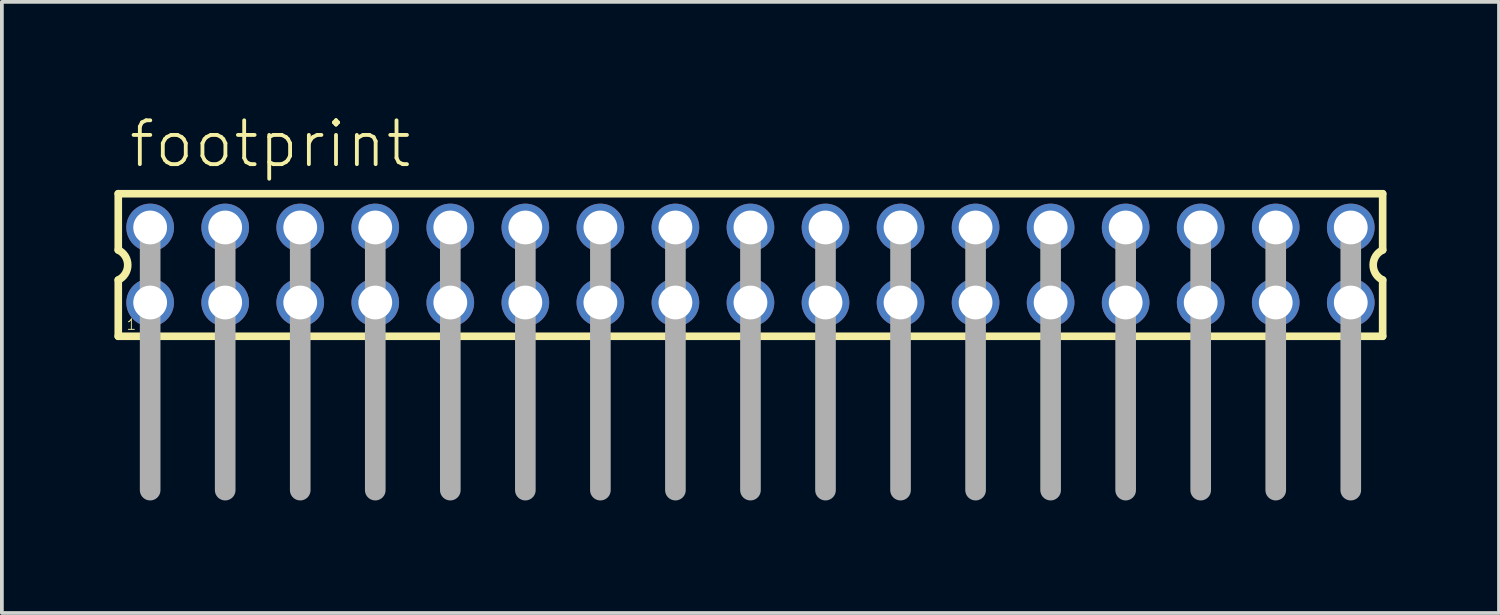
<source format=kicad_pcb>
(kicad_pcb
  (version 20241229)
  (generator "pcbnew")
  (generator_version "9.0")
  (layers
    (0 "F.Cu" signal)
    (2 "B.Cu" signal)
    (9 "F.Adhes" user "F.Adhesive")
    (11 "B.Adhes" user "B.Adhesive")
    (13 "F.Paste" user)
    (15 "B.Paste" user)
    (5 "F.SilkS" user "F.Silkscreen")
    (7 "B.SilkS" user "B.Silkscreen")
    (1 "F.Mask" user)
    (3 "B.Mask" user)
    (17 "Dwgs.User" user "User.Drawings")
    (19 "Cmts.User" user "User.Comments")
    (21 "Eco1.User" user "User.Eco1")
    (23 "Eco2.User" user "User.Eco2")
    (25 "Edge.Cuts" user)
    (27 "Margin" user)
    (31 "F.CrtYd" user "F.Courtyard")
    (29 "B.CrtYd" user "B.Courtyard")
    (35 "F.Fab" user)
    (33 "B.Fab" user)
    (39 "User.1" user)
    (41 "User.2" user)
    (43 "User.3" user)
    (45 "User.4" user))
  (footprint "footprint"
    (layer "F.Cu")
    (at 16.952 4.013)
    (property "Reference" "footprint" (at -16.62 -2.54 0) (layer "F.SilkS") (effects (font (size 1.168 1.168) (thickness 0.102)) (justify left bottom)))
    (fp_line (start -16.85 -1.9) (end -16.85 -0.4) (stroke (width 0.203) (type solid)) (layer "F.SilkS"))
    (fp_line (start -16.85 0.4) (end -16.85 1.9) (stroke (width 0.203) (type solid)) (layer "F.SilkS"))
    (fp_line (start -16.85 1.9) (end 16.85 1.9) (stroke (width 0.203) (type solid)) (layer "F.SilkS"))
    (fp_line (start 16.85 -1.9) (end -16.85 -1.9) (stroke (width 0.203) (type solid)) (layer "F.SilkS"))
    (fp_line (start 16.85 -0.4) (end 16.85 -1.9) (stroke (width 0.203) (type solid)) (layer "F.SilkS"))
    (fp_line (start 16.85 1.9) (end 16.85 0.4) (stroke (width 0.203) (type solid)) (layer "F.SilkS"))
    (fp_arc (start -16.85 -0.4) (mid -16.597167 0) (end -16.85 0.4) (stroke (width 0.2032) (type solid)) (layer "F.SilkS"))
    (fp_arc (start 16.85 0.4) (mid 16.597167 0) (end 16.85 -0.4) (stroke (width 0.2032) (type solid)) (layer "F.SilkS"))
    (fp_line (start -16 -1) (end -16 6) (stroke (width 0.55) (type solid)) (layer "F.Fab"))
    (fp_line (start -14 -1) (end -14 6) (stroke (width 0.55) (type solid)) (layer "F.Fab"))
    (fp_line (start -12 -1) (end -12 6) (stroke (width 0.55) (type solid)) (layer "F.Fab"))
    (fp_line (start -10 -1) (end -10 6) (stroke (width 0.55) (type solid)) (layer "F.Fab"))
    (fp_line (start -8 -1) (end -8 6) (stroke (width 0.55) (type solid)) (layer "F.Fab"))
    (fp_line (start -6 -1) (end -6 6) (stroke (width 0.55) (type solid)) (layer "F.Fab"))
    (fp_line (start -4 -1) (end -4 6) (stroke (width 0.55) (type solid)) (layer "F.Fab"))
    (fp_line (start -2 -1) (end -2 6) (stroke (width 0.55) (type solid)) (layer "F.Fab"))
    (fp_line (start 0 -1) (end 0 6) (stroke (width 0.55) (type solid)) (layer "F.Fab"))
    (fp_line (start 2 -1) (end 2 6) (stroke (width 0.55) (type solid)) (layer "F.Fab"))
    (fp_line (start 4 -1) (end 4 6) (stroke (width 0.55) (type solid)) (layer "F.Fab"))
    (fp_line (start 6 -1) (end 6 6) (stroke (width 0.55) (type solid)) (layer "F.Fab"))
    (fp_line (start 8 -1) (end 8 6) (stroke (width 0.55) (type solid)) (layer "F.Fab"))
    (fp_line (start 10 -1) (end 10 6) (stroke (width 0.55) (type solid)) (layer "F.Fab"))
    (fp_line (start 12 -1) (end 12 6) (stroke (width 0.55) (type solid)) (layer "F.Fab"))
    (fp_line (start 14 -1) (end 14 6) (stroke (width 0.55) (type solid)) (layer "F.Fab"))
    (fp_line (start 16 -1) (end 16 6) (stroke (width 0.55) (type solid)) (layer "F.Fab"))
    (fp_poly (pts (xy -16.25 -0.75) (xy -15.75 -0.75) (xy -15.75 -1.25) (xy -16.25 -1.25)) (stroke (width 0.1) (type solid)) (fill no) (layer "F.Fab"))
    (fp_poly (pts (xy -16.25 1.25) (xy -15.75 1.25) (xy -15.75 0.75) (xy -16.25 0.75)) (stroke (width 0.1) (type solid)) (fill no) (layer "F.Fab"))
    (fp_poly (pts (xy -14.25 -0.75) (xy -13.75 -0.75) (xy -13.75 -1.25) (xy -14.25 -1.25)) (stroke (width 0.1) (type solid)) (fill no) (layer "F.Fab"))
    (fp_poly (pts (xy -14.25 1.25) (xy -13.75 1.25) (xy -13.75 0.75) (xy -14.25 0.75)) (stroke (width 0.1) (type solid)) (fill no) (layer "F.Fab"))
    (fp_poly (pts (xy -12.25 -0.75) (xy -11.75 -0.75) (xy -11.75 -1.25) (xy -12.25 -1.25)) (stroke (width 0.1) (type solid)) (fill no) (layer "F.Fab"))
    (fp_poly (pts (xy -12.25 1.25) (xy -11.75 1.25) (xy -11.75 0.75) (xy -12.25 0.75)) (stroke (width 0.1) (type solid)) (fill no) (layer "F.Fab"))
    (fp_poly (pts (xy -10.25 -0.75) (xy -9.75 -0.75) (xy -9.75 -1.25) (xy -10.25 -1.25)) (stroke (width 0.1) (type solid)) (fill no) (layer "F.Fab"))
    (fp_poly (pts (xy -10.25 1.25) (xy -9.75 1.25) (xy -9.75 0.75) (xy -10.25 0.75)) (stroke (width 0.1) (type solid)) (fill no) (layer "F.Fab"))
    (fp_poly (pts (xy -8.25 -0.75) (xy -7.75 -0.75) (xy -7.75 -1.25) (xy -8.25 -1.25)) (stroke (width 0.1) (type solid)) (fill no) (layer "F.Fab"))
    (fp_poly (pts (xy -8.25 1.25) (xy -7.75 1.25) (xy -7.75 0.75) (xy -8.25 0.75)) (stroke (width 0.1) (type solid)) (fill no) (layer "F.Fab"))
    (fp_poly (pts (xy -6.25 -0.75) (xy -5.75 -0.75) (xy -5.75 -1.25) (xy -6.25 -1.25)) (stroke (width 0.1) (type solid)) (fill no) (layer "F.Fab"))
    (fp_poly (pts (xy -6.25 1.25) (xy -5.75 1.25) (xy -5.75 0.75) (xy -6.25 0.75)) (stroke (width 0.1) (type solid)) (fill no) (layer "F.Fab"))
    (fp_poly (pts (xy -4.25 -0.75) (xy -3.75 -0.75) (xy -3.75 -1.25) (xy -4.25 -1.25)) (stroke (width 0.1) (type solid)) (fill no) (layer "F.Fab"))
    (fp_poly (pts (xy -4.25 1.25) (xy -3.75 1.25) (xy -3.75 0.75) (xy -4.25 0.75)) (stroke (width 0.1) (type solid)) (fill no) (layer "F.Fab"))
    (fp_poly (pts (xy -2.25 -0.75) (xy -1.75 -0.75) (xy -1.75 -1.25) (xy -2.25 -1.25)) (stroke (width 0.1) (type solid)) (fill no) (layer "F.Fab"))
    (fp_poly (pts (xy -2.25 1.25) (xy -1.75 1.25) (xy -1.75 0.75) (xy -2.25 0.75)) (stroke (width 0.1) (type solid)) (fill no) (layer "F.Fab"))
    (fp_poly (pts (xy -0.25 -0.75) (xy 0.25 -0.75) (xy 0.25 -1.25) (xy -0.25 -1.25)) (stroke (width 0.1) (type solid)) (fill no) (layer "F.Fab"))
    (fp_poly (pts (xy -0.25 1.25) (xy 0.25 1.25) (xy 0.25 0.75) (xy -0.25 0.75)) (stroke (width 0.1) (type solid)) (fill no) (layer "F.Fab"))
    (fp_poly (pts (xy 1.75 -0.75) (xy 2.25 -0.75) (xy 2.25 -1.25) (xy 1.75 -1.25)) (stroke (width 0.1) (type solid)) (fill no) (layer "F.Fab"))
    (fp_poly (pts (xy 1.75 1.25) (xy 2.25 1.25) (xy 2.25 0.75) (xy 1.75 0.75)) (stroke (width 0.1) (type solid)) (fill no) (layer "F.Fab"))
    (fp_poly (pts (xy 3.75 -0.75) (xy 4.25 -0.75) (xy 4.25 -1.25) (xy 3.75 -1.25)) (stroke (width 0.1) (type solid)) (fill no) (layer "F.Fab"))
    (fp_poly (pts (xy 3.75 1.25) (xy 4.25 1.25) (xy 4.25 0.75) (xy 3.75 0.75)) (stroke (width 0.1) (type solid)) (fill no) (layer "F.Fab"))
    (fp_poly (pts (xy 5.75 -0.75) (xy 6.25 -0.75) (xy 6.25 -1.25) (xy 5.75 -1.25)) (stroke (width 0.1) (type solid)) (fill no) (layer "F.Fab"))
    (fp_poly (pts (xy 5.75 1.25) (xy 6.25 1.25) (xy 6.25 0.75) (xy 5.75 0.75)) (stroke (width 0.1) (type solid)) (fill no) (layer "F.Fab"))
    (fp_poly (pts (xy 7.75 -0.75) (xy 8.25 -0.75) (xy 8.25 -1.25) (xy 7.75 -1.25)) (stroke (width 0.1) (type solid)) (fill no) (layer "F.Fab"))
    (fp_poly (pts (xy 7.75 1.25) (xy 8.25 1.25) (xy 8.25 0.75) (xy 7.75 0.75)) (stroke (width 0.1) (type solid)) (fill no) (layer "F.Fab"))
    (fp_poly (pts (xy 9.75 -0.75) (xy 10.25 -0.75) (xy 10.25 -1.25) (xy 9.75 -1.25)) (stroke (width 0.1) (type solid)) (fill no) (layer "F.Fab"))
    (fp_poly (pts (xy 9.75 1.25) (xy 10.25 1.25) (xy 10.25 0.75) (xy 9.75 0.75)) (stroke (width 0.1) (type solid)) (fill no) (layer "F.Fab"))
    (fp_poly (pts (xy 11.75 -0.75) (xy 12.25 -0.75) (xy 12.25 -1.25) (xy 11.75 -1.25)) (stroke (width 0.1) (type solid)) (fill no) (layer "F.Fab"))
    (fp_poly (pts (xy 11.75 1.25) (xy 12.25 1.25) (xy 12.25 0.75) (xy 11.75 0.75)) (stroke (width 0.1) (type solid)) (fill no) (layer "F.Fab"))
    (fp_poly (pts (xy 13.75 -0.75) (xy 14.25 -0.75) (xy 14.25 -1.25) (xy 13.75 -1.25)) (stroke (width 0.1) (type solid)) (fill no) (layer "F.Fab"))
    (fp_poly (pts (xy 13.75 1.25) (xy 14.25 1.25) (xy 14.25 0.75) (xy 13.75 0.75)) (stroke (width 0.1) (type solid)) (fill no) (layer "F.Fab"))
    (fp_poly (pts (xy 15.75 -0.75) (xy 16.25 -0.75) (xy 16.25 -1.25) (xy 15.75 -1.25)) (stroke (width 0.1) (type solid)) (fill no) (layer "F.Fab"))
    (fp_poly (pts (xy 15.75 1.25) (xy 16.25 1.25) (xy 16.25 0.75) (xy 15.75 0.75)) (stroke (width 0.1) (type solid)) (fill no) (layer "F.Fab"))
    (fp_text user "1" (at -16.65 1.75 0) (layer "F.SilkS") (effects (font (size 0.28 0.28) (thickness 0.024)) (justify left bottom)))
    (pad "1" thru_hole circle (at -16 1) (size 1.27 1.27) (drill 0.9) (layers "*.Cu" "*.Mask"))
    (pad "2" thru_hole circle (at -16 -1) (size 1.27 1.27) (drill 0.9) (layers "*.Cu" "*.Mask"))
    (pad "3" thru_hole circle (at -14 1) (size 1.27 1.27) (drill 0.9) (layers "*.Cu" "*.Mask"))
    (pad "4" thru_hole circle (at -14 -1) (size 1.27 1.27) (drill 0.9) (layers "*.Cu" "*.Mask"))
    (pad "5" thru_hole circle (at -12 1) (size 1.27 1.27) (drill 0.9) (layers "*.Cu" "*.Mask"))
    (pad "6" thru_hole circle (at -12 -1) (size 1.27 1.27) (drill 0.9) (layers "*.Cu" "*.Mask"))
    (pad "7" thru_hole circle (at -10 1) (size 1.27 1.27) (drill 0.9) (layers "*.Cu" "*.Mask"))
    (pad "8" thru_hole circle (at -10 -1) (size 1.27 1.27) (drill 0.9) (layers "*.Cu" "*.Mask"))
    (pad "9" thru_hole circle (at -8 1) (size 1.27 1.27) (drill 0.9) (layers "*.Cu" "*.Mask"))
    (pad "10" thru_hole circle (at -8 -1) (size 1.27 1.27) (drill 0.9) (layers "*.Cu" "*.Mask"))
    (pad "11" thru_hole circle (at -6 1) (size 1.27 1.27) (drill 0.9) (layers "*.Cu" "*.Mask"))
    (pad "12" thru_hole circle (at -6 -1) (size 1.27 1.27) (drill 0.9) (layers "*.Cu" "*.Mask"))
    (pad "13" thru_hole circle (at -4 1) (size 1.27 1.27) (drill 0.9) (layers "*.Cu" "*.Mask"))
    (pad "14" thru_hole circle (at -4 -1) (size 1.27 1.27) (drill 0.9) (layers "*.Cu" "*.Mask"))
    (pad "15" thru_hole circle (at -2 1) (size 1.27 1.27) (drill 0.9) (layers "*.Cu" "*.Mask"))
    (pad "16" thru_hole circle (at -2 -1) (size 1.27 1.27) (drill 0.9) (layers "*.Cu" "*.Mask"))
    (pad "17" thru_hole circle (at 0 1) (size 1.27 1.27) (drill 0.9) (layers "*.Cu" "*.Mask"))
    (pad "18" thru_hole circle (at 0 -1) (size 1.27 1.27) (drill 0.9) (layers "*.Cu" "*.Mask"))
    (pad "19" thru_hole circle (at 2 1) (size 1.27 1.27) (drill 0.9) (layers "*.Cu" "*.Mask"))
    (pad "20" thru_hole circle (at 2 -1) (size 1.27 1.27) (drill 0.9) (layers "*.Cu" "*.Mask"))
    (pad "21" thru_hole circle (at 4 1) (size 1.27 1.27) (drill 0.9) (layers "*.Cu" "*.Mask"))
    (pad "22" thru_hole circle (at 4 -1) (size 1.27 1.27) (drill 0.9) (layers "*.Cu" "*.Mask"))
    (pad "23" thru_hole circle (at 6 1) (size 1.27 1.27) (drill 0.9) (layers "*.Cu" "*.Mask"))
    (pad "24" thru_hole circle (at 6 -1) (size 1.27 1.27) (drill 0.9) (layers "*.Cu" "*.Mask"))
    (pad "25" thru_hole circle (at 8 1) (size 1.27 1.27) (drill 0.9) (layers "*.Cu" "*.Mask"))
    (pad "26" thru_hole circle (at 8 -1) (size 1.27 1.27) (drill 0.9) (layers "*.Cu" "*.Mask"))
    (pad "27" thru_hole circle (at 10 1) (size 1.27 1.27) (drill 0.9) (layers "*.Cu" "*.Mask"))
    (pad "28" thru_hole circle (at 10 -1) (size 1.27 1.27) (drill 0.9) (layers "*.Cu" "*.Mask"))
    (pad "29" thru_hole circle (at 12 1) (size 1.27 1.27) (drill 0.9) (layers "*.Cu" "*.Mask"))
    (pad "30" thru_hole circle (at 12 -1) (size 1.27 1.27) (drill 0.9) (layers "*.Cu" "*.Mask"))
    (pad "31" thru_hole circle (at 14 1) (size 1.27 1.27) (drill 0.9) (layers "*.Cu" "*.Mask"))
    (pad "32" thru_hole circle (at 14 -1) (size 1.27 1.27) (drill 0.9) (layers "*.Cu" "*.Mask"))
    (pad "33" thru_hole circle (at 16 1) (size 1.27 1.27) (drill 0.9) (layers "*.Cu" "*.Mask"))
    (pad "34" thru_hole circle (at 16 -1) (size 1.27 1.27) (drill 0.9) (layers "*.Cu" "*.Mask")))
  (gr_rect
    (start -3 -3)
    (end 36.903 13.288)
    (stroke (width 0.1) (type default))
    (fill no)
    (layer "Edge.Cuts")))
</source>
